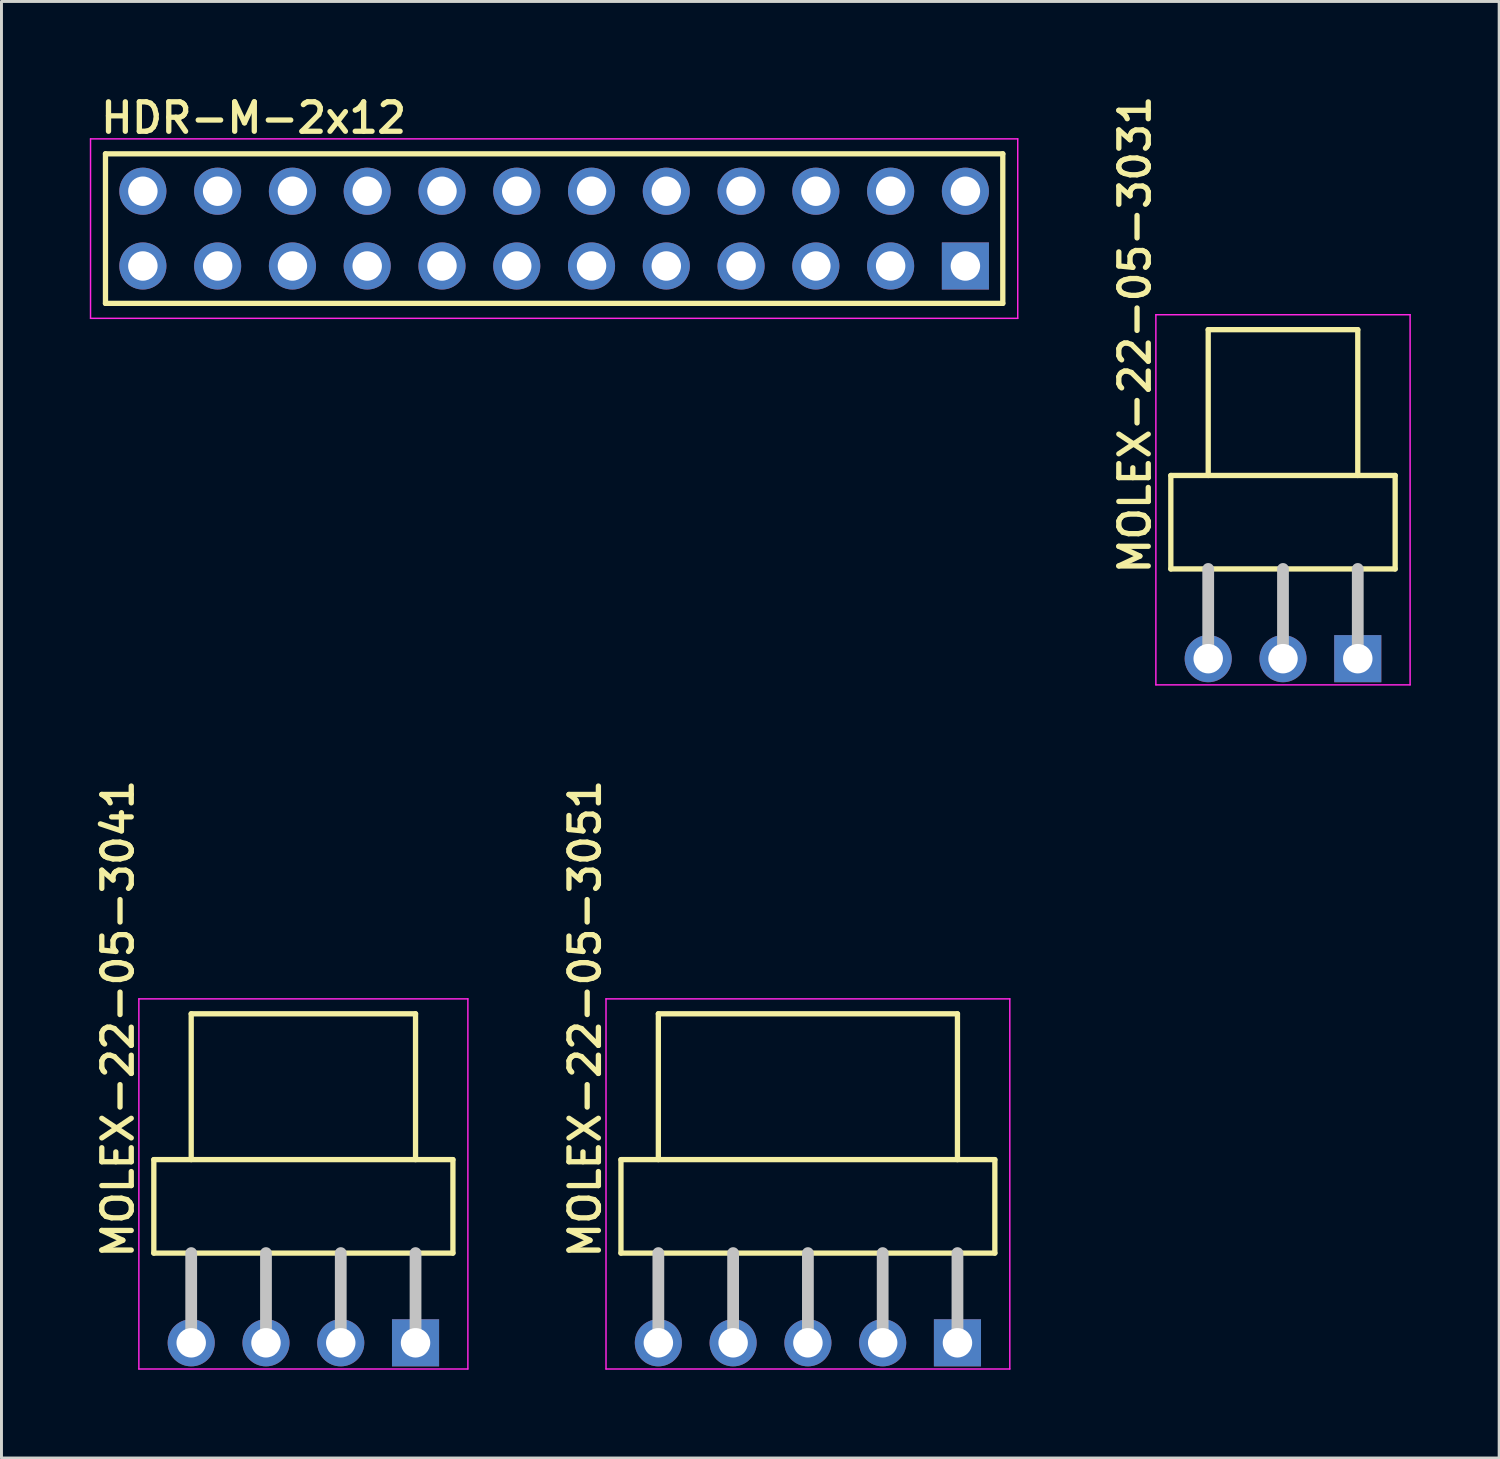
<source format=kicad_pcb>
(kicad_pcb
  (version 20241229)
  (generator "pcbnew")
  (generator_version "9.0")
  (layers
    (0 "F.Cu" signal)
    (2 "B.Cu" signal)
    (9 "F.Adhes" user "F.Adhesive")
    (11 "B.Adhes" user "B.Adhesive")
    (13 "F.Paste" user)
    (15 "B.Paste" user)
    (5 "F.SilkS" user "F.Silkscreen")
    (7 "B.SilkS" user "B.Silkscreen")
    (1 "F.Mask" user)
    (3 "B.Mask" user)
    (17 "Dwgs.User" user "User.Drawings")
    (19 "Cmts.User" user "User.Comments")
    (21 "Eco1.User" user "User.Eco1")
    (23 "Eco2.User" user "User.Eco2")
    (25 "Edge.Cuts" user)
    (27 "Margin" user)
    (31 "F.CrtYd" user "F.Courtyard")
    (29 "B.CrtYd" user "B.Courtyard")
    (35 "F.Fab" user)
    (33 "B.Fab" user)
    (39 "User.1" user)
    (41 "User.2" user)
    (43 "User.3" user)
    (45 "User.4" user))
  (footprint "MOLEX-22-05-3031"
    (layer "F.Cu")
    (at 40.531 19.324)
    (property "Reference" "MOLEX-22-05-3031" (at -4.445 -2.794 90) (layer "F.SilkS") (effects (font (size 1 1) (thickness 0.18)) (justify left bottom)))
    (attr through_hole)
    (fp_line (start -3.81 -6.223) (end -3.81 -3.048) (stroke (width 0.18) (type solid)) (layer "F.SilkS"))
    (fp_line (start -3.81 -3.048) (end 3.81 -3.048) (stroke (width 0.18) (type solid)) (layer "F.SilkS"))
    (fp_line (start -2.54 -11.176) (end 2.54 -11.176) (stroke (width 0.18) (type solid)) (layer "F.SilkS"))
    (fp_line (start -2.54 -6.223) (end -2.54 -11.176) (stroke (width 0.18) (type solid)) (layer "F.SilkS"))
    (fp_line (start 2.54 -6.223) (end 2.54 -11.176) (stroke (width 0.18) (type solid)) (layer "F.SilkS"))
    (fp_line (start 3.81 -6.223) (end -3.81 -6.223) (stroke (width 0.18) (type solid)) (layer "F.SilkS"))
    (fp_line (start 3.81 -3.048) (end 3.81 -6.223) (stroke (width 0.18) (type solid)) (layer "F.SilkS"))
    (fp_line (start -2.54 -3.048) (end -2.54 0) (stroke (width 0.4) (type solid)) (layer "Dwgs.User"))
    (fp_line (start 0 -3.048) (end 0 0) (stroke (width 0.4) (type solid)) (layer "Dwgs.User"))
    (fp_line (start 2.54 -3.048) (end 2.54 0) (stroke (width 0.4) (type solid)) (layer "Dwgs.User"))
    (fp_line (start -4.318 -11.684) (end 4.318 -11.684) (stroke (width 0.05) (type solid)) (layer "F.CrtYd"))
    (fp_line (start -4.318 0.889) (end -4.318 -11.684) (stroke (width 0.05) (type solid)) (layer "F.CrtYd"))
    (fp_line (start 4.318 -11.684) (end 4.318 0.889) (stroke (width 0.05) (type solid)) (layer "F.CrtYd"))
    (fp_line (start 4.318 0.889) (end -4.318 0.889) (stroke (width 0.05) (type solid)) (layer "F.CrtYd"))
    (pad "1" thru_hole rect (at 2.54 0) (size 1.6 1.6) (drill 1) (layers "*.Cu" "*.Mask"))
    (pad "2" thru_hole circle (at 0 0) (size 1.6 1.6) (drill 1) (layers "*.Cu" "*.Mask"))
    (pad "3" thru_hole circle (at -2.54 0) (size 1.6 1.6) (drill 1) (layers "*.Cu" "*.Mask")))
  (footprint "MOLEX-22-05-3051"
    (layer "F.Cu")
    (at 24.393 42.563)
    (property "Reference" "MOLEX-22-05-3051" (at -6.985 -2.794 90) (layer "F.SilkS") (effects (font (size 1 1) (thickness 0.18)) (justify left bottom)))
    (attr through_hole)
    (fp_line (start -6.35 -6.223) (end -6.35 -3.048) (stroke (width 0.18) (type solid)) (layer "F.SilkS"))
    (fp_line (start -6.35 -3.048) (end 6.35 -3.048) (stroke (width 0.18) (type solid)) (layer "F.SilkS"))
    (fp_line (start -5.08 -11.176) (end 5.08 -11.176) (stroke (width 0.18) (type solid)) (layer "F.SilkS"))
    (fp_line (start -5.08 -6.223) (end -5.08 -11.176) (stroke (width 0.18) (type solid)) (layer "F.SilkS"))
    (fp_line (start 5.08 -6.223) (end 5.08 -11.176) (stroke (width 0.18) (type solid)) (layer "F.SilkS"))
    (fp_line (start 6.35 -6.223) (end -6.35 -6.223) (stroke (width 0.18) (type solid)) (layer "F.SilkS"))
    (fp_line (start 6.35 -3.048) (end 6.35 -6.223) (stroke (width 0.18) (type solid)) (layer "F.SilkS"))
    (fp_line (start -5.08 -3.048) (end -5.08 0) (stroke (width 0.4) (type solid)) (layer "Dwgs.User"))
    (fp_line (start -2.54 -3.048) (end -2.54 0) (stroke (width 0.4) (type solid)) (layer "Dwgs.User"))
    (fp_line (start 0 -3.048) (end 0 0) (stroke (width 0.4) (type solid)) (layer "Dwgs.User"))
    (fp_line (start 2.54 -3.048) (end 2.54 0) (stroke (width 0.4) (type solid)) (layer "Dwgs.User"))
    (fp_line (start 5.08 -3.048) (end 5.08 0) (stroke (width 0.4) (type solid)) (layer "Dwgs.User"))
    (fp_line (start -6.858 -11.684) (end 6.858 -11.684) (stroke (width 0.05) (type solid)) (layer "F.CrtYd"))
    (fp_line (start -6.858 0.889) (end -6.858 -11.684) (stroke (width 0.05) (type solid)) (layer "F.CrtYd"))
    (fp_line (start 6.858 -11.684) (end 6.858 0.889) (stroke (width 0.05) (type solid)) (layer "F.CrtYd"))
    (fp_line (start 6.858 0.889) (end -6.858 0.889) (stroke (width 0.05) (type solid)) (layer "F.CrtYd"))
    (pad "1" thru_hole rect (at 5.08 0) (size 1.6 1.6) (drill 1) (layers "*.Cu" "*.Mask"))
    (pad "2" thru_hole circle (at 2.54 0) (size 1.6 1.6) (drill 1) (layers "*.Cu" "*.Mask"))
    (pad "3" thru_hole circle (at 0 0) (size 1.6 1.6) (drill 1) (layers "*.Cu" "*.Mask"))
    (pad "4" thru_hole circle (at -2.54 0) (size 1.6 1.6) (drill 1) (layers "*.Cu" "*.Mask"))
    (pad "5" thru_hole circle (at -5.08 0) (size 1.6 1.6) (drill 1) (layers "*.Cu" "*.Mask")))
  (footprint "HDR-M-2x12"
    (layer "F.Cu")
    (at 15.773 4.715)
    (property "Reference" "HDR-M-2x12" (at -15.494 -3.175 0) (layer "F.SilkS") (effects (font (size 1 1) (thickness 0.18)) (justify left bottom)))
    (attr through_hole)
    (fp_line (start -15.24 -2.54) (end 15.24 -2.54) (stroke (width 0.18) (type solid)) (layer "F.SilkS"))
    (fp_line (start -15.24 2.54) (end -15.24 -2.54) (stroke (width 0.18) (type solid)) (layer "F.SilkS"))
    (fp_line (start 15.24 -2.54) (end 15.24 2.54) (stroke (width 0.18) (type solid)) (layer "F.SilkS"))
    (fp_line (start 15.24 2.54) (end -15.24 2.54) (stroke (width 0.18) (type solid)) (layer "F.SilkS"))
    (fp_line (start -15.748 -3.048) (end 15.748 -3.048) (stroke (width 0.05) (type solid)) (layer "F.CrtYd"))
    (fp_line (start -15.748 3.048) (end -15.748 -3.048) (stroke (width 0.05) (type solid)) (layer "F.CrtYd"))
    (fp_line (start 15.748 -3.048) (end 15.748 3.048) (stroke (width 0.05) (type solid)) (layer "F.CrtYd"))
    (fp_line (start 15.748 3.048) (end -15.748 3.048) (stroke (width 0.05) (type solid)) (layer "F.CrtYd"))
    (pad "1" thru_hole rect (at 13.97 1.27) (size 1.6 1.6) (drill 1) (layers "*.Cu" "*.Mask"))
    (pad "2" thru_hole circle (at 13.97 -1.27) (size 1.6 1.6) (drill 1) (layers "*.Cu" "*.Mask"))
    (pad "3" thru_hole circle (at 11.43 1.27) (size 1.6 1.6) (drill 1) (layers "*.Cu" "*.Mask"))
    (pad "4" thru_hole circle (at 11.43 -1.27) (size 1.6 1.6) (drill 1) (layers "*.Cu" "*.Mask"))
    (pad "5" thru_hole circle (at 8.89 1.27) (size 1.6 1.6) (drill 1) (layers "*.Cu" "*.Mask"))
    (pad "6" thru_hole circle (at 8.89 -1.27) (size 1.6 1.6) (drill 1) (layers "*.Cu" "*.Mask"))
    (pad "7" thru_hole circle (at 6.35 1.27) (size 1.6 1.6) (drill 1) (layers "*.Cu" "*.Mask"))
    (pad "8" thru_hole circle (at 6.35 -1.27) (size 1.6 1.6) (drill 1) (layers "*.Cu" "*.Mask"))
    (pad "9" thru_hole circle (at 3.81 1.27) (size 1.6 1.6) (drill 1) (layers "*.Cu" "*.Mask"))
    (pad "10" thru_hole circle (at 3.81 -1.27) (size 1.6 1.6) (drill 1) (layers "*.Cu" "*.Mask"))
    (pad "11" thru_hole circle (at 1.27 1.27) (size 1.6 1.6) (drill 1) (layers "*.Cu" "*.Mask"))
    (pad "12" thru_hole circle (at 1.27 -1.27) (size 1.6 1.6) (drill 1) (layers "*.Cu" "*.Mask"))
    (pad "13" thru_hole circle (at -1.27 1.27) (size 1.6 1.6) (drill 1) (layers "*.Cu" "*.Mask"))
    (pad "14" thru_hole circle (at -1.27 -1.27) (size 1.6 1.6) (drill 1) (layers "*.Cu" "*.Mask"))
    (pad "15" thru_hole circle (at -3.81 1.27) (size 1.6 1.6) (drill 1) (layers "*.Cu" "*.Mask"))
    (pad "16" thru_hole circle (at -3.81 -1.27) (size 1.6 1.6) (drill 1) (layers "*.Cu" "*.Mask"))
    (pad "17" thru_hole circle (at -6.35 1.27) (size 1.6 1.6) (drill 1) (layers "*.Cu" "*.Mask"))
    (pad "18" thru_hole circle (at -6.35 -1.27) (size 1.6 1.6) (drill 1) (layers "*.Cu" "*.Mask"))
    (pad "19" thru_hole circle (at -8.89 1.27) (size 1.6 1.6) (drill 1) (layers "*.Cu" "*.Mask"))
    (pad "20" thru_hole circle (at -8.89 -1.27) (size 1.6 1.6) (drill 1) (layers "*.Cu" "*.Mask"))
    (pad "21" thru_hole circle (at -11.43 1.27) (size 1.6 1.6) (drill 1) (layers "*.Cu" "*.Mask"))
    (pad "22" thru_hole circle (at -11.43 -1.27) (size 1.6 1.6) (drill 1) (layers "*.Cu" "*.Mask"))
    (pad "23" thru_hole circle (at -13.97 1.27) (size 1.6 1.6) (drill 1) (layers "*.Cu" "*.Mask"))
    (pad "24" thru_hole circle (at -13.97 -1.27) (size 1.6 1.6) (drill 1) (layers "*.Cu" "*.Mask")))
  (footprint "MOLEX-22-05-3041"
    (layer "F.Cu")
    (at 7.255 42.563)
    (property "Reference" "MOLEX-22-05-3041" (at -5.715 -2.794 90) (layer "F.SilkS") (effects (font (size 1 1) (thickness 0.18)) (justify left bottom)))
    (attr through_hole)
    (fp_line (start -5.08 -6.223) (end -5.08 -3.048) (stroke (width 0.18) (type solid)) (layer "F.SilkS"))
    (fp_line (start -5.08 -3.048) (end 5.08 -3.048) (stroke (width 0.18) (type solid)) (layer "F.SilkS"))
    (fp_line (start -3.81 -6.223) (end -3.81 -11.176) (stroke (width 0.18) (type solid)) (layer "F.SilkS"))
    (fp_line (start 3.81 -11.176) (end -3.81 -11.176) (stroke (width 0.18) (type solid)) (layer "F.SilkS"))
    (fp_line (start 3.81 -6.223) (end 3.81 -11.176) (stroke (width 0.18) (type solid)) (layer "F.SilkS"))
    (fp_line (start 5.08 -6.223) (end -5.08 -6.223) (stroke (width 0.18) (type solid)) (layer "F.SilkS"))
    (fp_line (start 5.08 -3.048) (end 5.08 -6.223) (stroke (width 0.18) (type solid)) (layer "F.SilkS"))
    (fp_line (start -3.81 -3.048) (end -3.81 0) (stroke (width 0.4) (type solid)) (layer "Dwgs.User"))
    (fp_line (start -1.27 -3.048) (end -1.27 0) (stroke (width 0.4) (type solid)) (layer "Dwgs.User"))
    (fp_line (start 1.27 -3.048) (end 1.27 0) (stroke (width 0.4) (type solid)) (layer "Dwgs.User"))
    (fp_line (start 3.81 -3.048) (end 3.81 0) (stroke (width 0.4) (type solid)) (layer "Dwgs.User"))
    (fp_line (start -5.588 -11.684) (end 5.588 -11.684) (stroke (width 0.05) (type solid)) (layer "F.CrtYd"))
    (fp_line (start -5.588 0.889) (end -5.588 -11.684) (stroke (width 0.05) (type solid)) (layer "F.CrtYd"))
    (fp_line (start 5.588 -11.684) (end 5.588 0.889) (stroke (width 0.05) (type solid)) (layer "F.CrtYd"))
    (fp_line (start 5.588 0.889) (end -5.588 0.889) (stroke (width 0.05) (type solid)) (layer "F.CrtYd"))
    (pad "1" thru_hole rect (at 3.81 0) (size 1.6 1.6) (drill 1) (layers "*.Cu" "*.Mask"))
    (pad "2" thru_hole circle (at 1.27 0) (size 1.6 1.6) (drill 1) (layers "*.Cu" "*.Mask"))
    (pad "3" thru_hole circle (at -1.27 0) (size 1.6 1.6) (drill 1) (layers "*.Cu" "*.Mask"))
    (pad "4" thru_hole circle (at -3.81 0) (size 1.6 1.6) (drill 1) (layers "*.Cu" "*.Mask")))
  (gr_rect
    (start -3 -3)
    (end 47.874 46.477)
    (stroke (width 0.1) (type default))
    (fill no)
    (layer "Edge.Cuts")))
</source>
